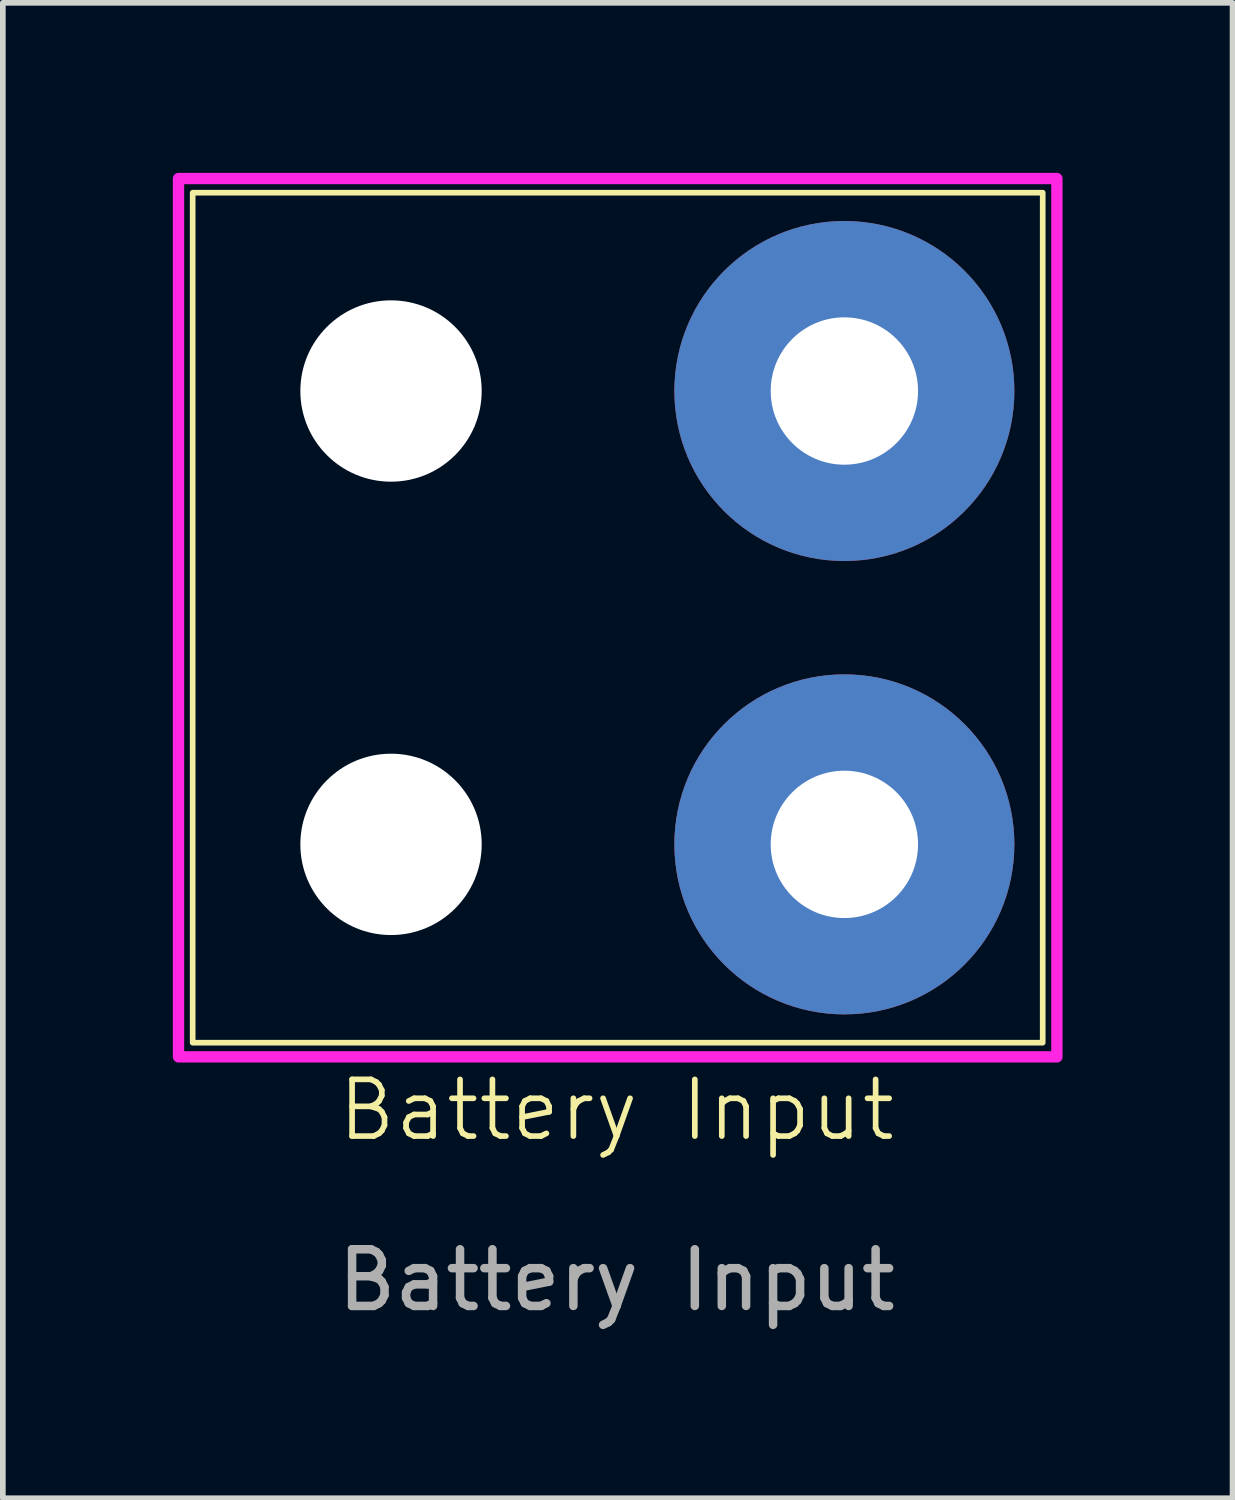
<source format=kicad_pcb>
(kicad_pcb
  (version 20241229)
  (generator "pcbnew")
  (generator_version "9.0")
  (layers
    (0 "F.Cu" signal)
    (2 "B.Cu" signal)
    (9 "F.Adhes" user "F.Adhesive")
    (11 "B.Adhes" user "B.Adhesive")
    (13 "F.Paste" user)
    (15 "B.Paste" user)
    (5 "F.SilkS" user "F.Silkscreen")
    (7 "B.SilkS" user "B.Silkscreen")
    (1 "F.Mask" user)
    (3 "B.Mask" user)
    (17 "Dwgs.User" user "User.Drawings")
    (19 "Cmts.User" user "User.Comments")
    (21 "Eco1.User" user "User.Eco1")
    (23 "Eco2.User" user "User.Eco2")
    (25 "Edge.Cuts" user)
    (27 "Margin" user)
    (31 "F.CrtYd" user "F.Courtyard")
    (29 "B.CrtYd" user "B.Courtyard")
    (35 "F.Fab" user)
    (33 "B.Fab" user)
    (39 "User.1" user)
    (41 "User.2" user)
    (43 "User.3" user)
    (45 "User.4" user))
  (footprint "Battery Input"
    (layer "F.Cu")
    (at 7.85 7.85)
    (property "Reference" "Battery Input" (at -0.02 8.69 0) (unlocked yes) (layer "F.SilkS") (effects (font (size 1 1) (thickness 0.1))))
    (attr smd)
    (fp_rect (start -7.5 -7.5) (end 7.5 7.5) (stroke (width 0.1) (type default)) (fill no) (layer "F.SilkS"))
    (fp_rect (start -7.75 -7.75) (end 7.75 7.75) (stroke (width 0.2) (type solid)) (fill no) (layer "F.CrtYd"))
    (fp_text user "${REFERENCE}" (at -0.02 11.69 0) (unlocked yes) (layer "F.Fab") (effects (font (size 1 1) (thickness 0.15))))
    (pad "" np_thru_hole circle (at -4 -4) (size 3.2 3.2) (drill 3.2) (layers "*.Cu" "*.Mask"))
    (pad "" np_thru_hole circle (at -4 4) (size 3.2 3.2) (drill 3.2) (layers "*.Cu" "*.Mask"))
    (pad "1" thru_hole circle (at 4 -4) (size 6 6) (drill 2.6) (layers "*.Cu" "*.Mask"))
    (pad "2" thru_hole circle (at 4 4) (size 6 6) (drill 2.6) (layers "*.Cu" "*.Mask")))
  (gr_rect
    (start -3 -3)
    (end 18.7 23.388)
    (stroke (width 0.1) (type default))
    (fill no)
    (layer "Edge.Cuts")))
</source>
